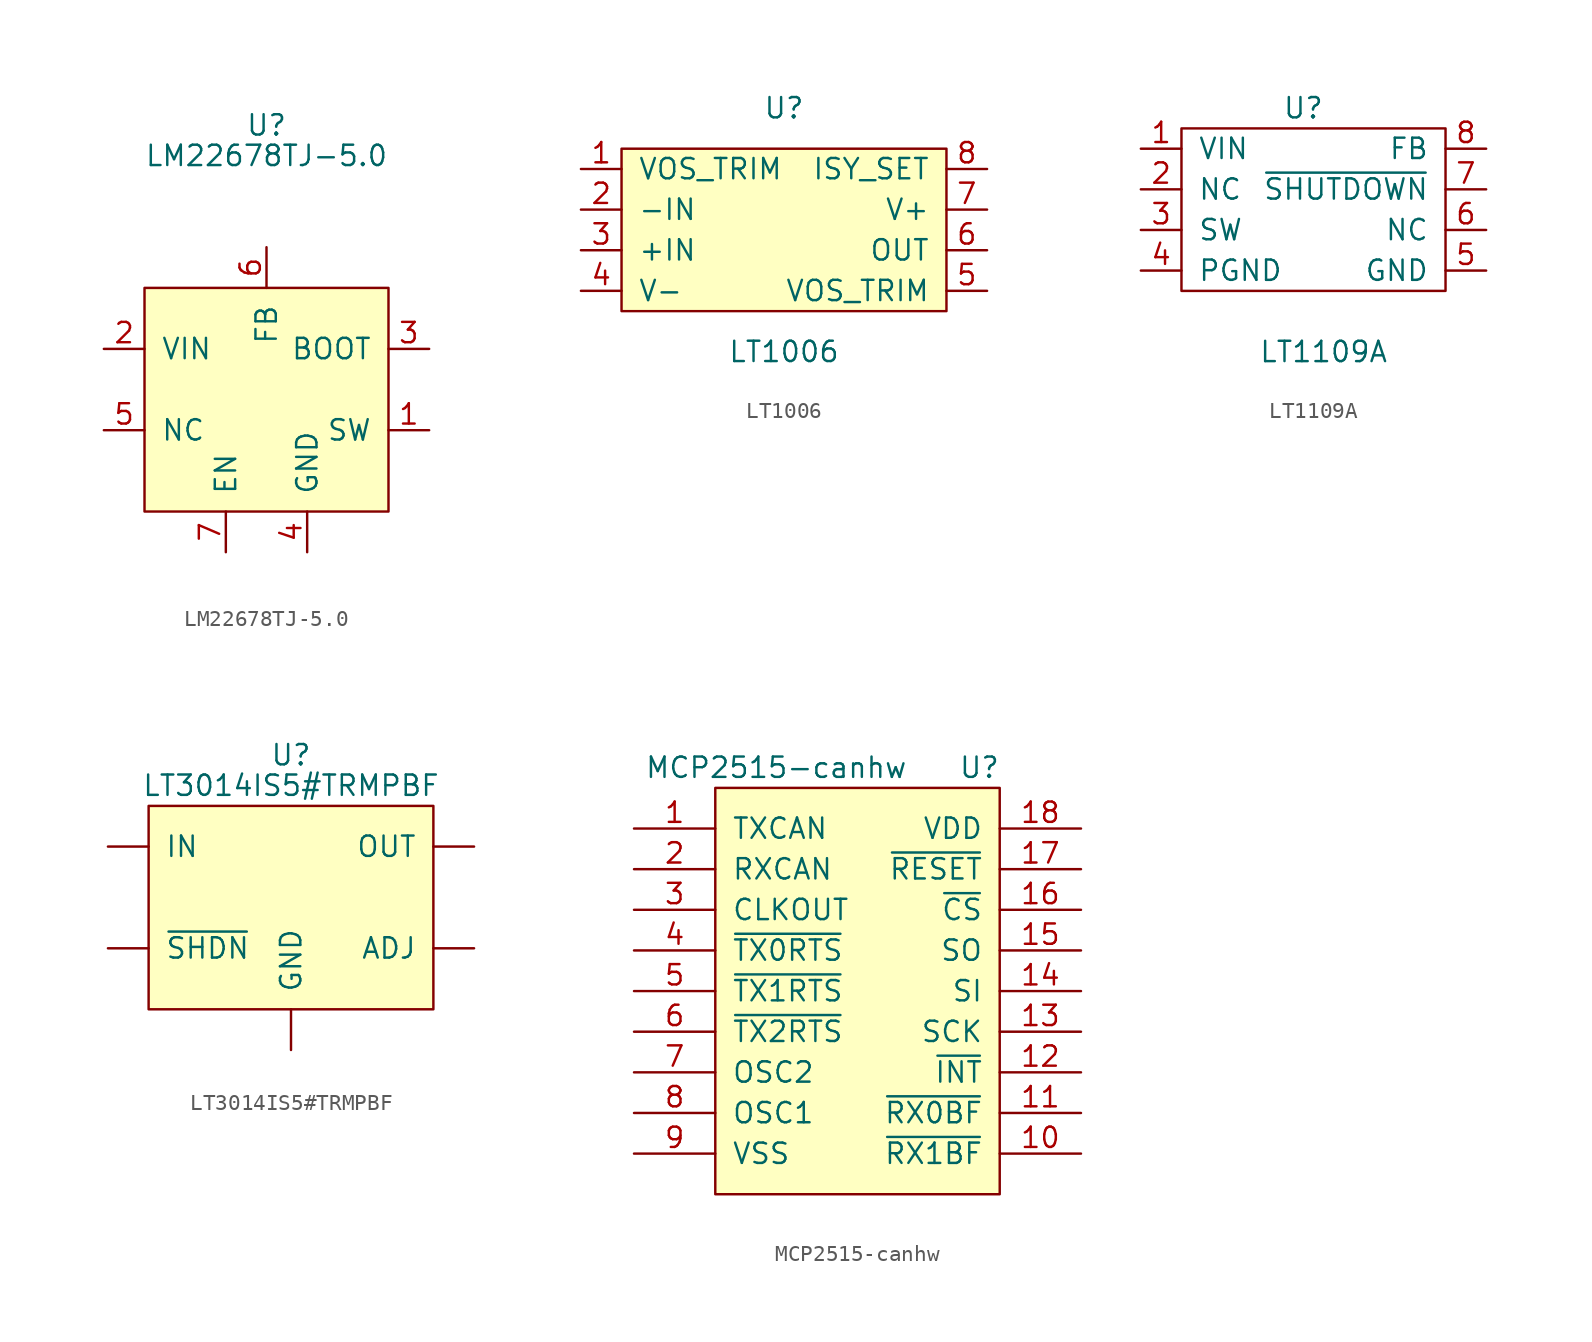
<source format=kicad_sym>
(kicad_symbol_lib
  (version 20211014)
  (generator kicad_symbol_editor)
  (symbol "LM22678TJ-5.0"
    (pin_names
      (offset 1.016))
    (property "Reference" "U"
      (at 0 17.78 0)
      (effects (font (size 1.27 1.27))))
    (property "Value" "LM22678TJ-5.0"
      (at 0 15.875 0)
      (effects (font (size 1.27 1.27))))
    (symbol "LM22678TJ-5.0_0_1"
      (rectangle (start -7.62 7.62) (end 7.62 -6.35) (stroke (width 0) (type default) (color 0 0 0 0)) (fill (type background))))
    (symbol "LM22678TJ-5.0_1_1"
      (pin input line (at 10.16 -1.27 180) (length 2.54) (name "SW" (effects (font (size 1.27 1.27)))) (number "1" (effects (font (size 1.27 1.27)))))
      (pin input line (at -10.16 3.81 0) (length 2.54) (name "VIN" (effects (font (size 1.27 1.27)))) (number "2" (effects (font (size 1.27 1.27)))))
      (pin input line (at 10.16 3.81 180) (length 2.54) (name "BOOT" (effects (font (size 1.27 1.27)))) (number "3" (effects (font (size 1.27 1.27)))))
      (pin input line (at 2.54 -8.89 90) (length 2.54) (name "GND" (effects (font (size 1.27 1.27)))) (number "4" (effects (font (size 1.27 1.27)))))
      (pin input line (at -10.16 -1.27 0) (length 2.54) (name "NC" (effects (font (size 1.27 1.27)))) (number "5" (effects (font (size 1.27 1.27)))))
      (pin input line (at 0 10.16 270) (length 2.54) (name "FB" (effects (font (size 1.27 1.27)))) (number "6" (effects (font (size 1.27 1.27)))))
      (pin input line (at -2.54 -8.89 90) (length 2.54) (name "EN" (effects (font (size 1.27 1.27)))) (number "7" (effects (font (size 1.27 1.27)))))))
  (symbol "LT1006"
    (pin_names
      (offset 1.016))
    (property "Reference" "U"
      (at 0 7.62 0)
      (effects (font (size 1.27 1.27))))
    (property "Value" "LT1006"
      (at 0 -7.62 0)
      (effects (font (size 1.27 1.27))))
    (symbol "LT1006_0_1"
      (rectangle (start -10.16 5.08) (end 10.16 -5.08) (stroke (width 0) (type default) (color 0 0 0 0)) (fill (type background))))
    (symbol "LT1006_1_1"
      (pin input line (at -12.7 3.81 0) (length 2.54) (name "VOS_TRIM" (effects (font (size 1.27 1.27)))) (number "1" (effects (font (size 1.27 1.27)))))
      (pin input line (at -12.7 1.27 0) (length 2.54) (name "-IN" (effects (font (size 1.27 1.27)))) (number "2" (effects (font (size 1.27 1.27)))))
      (pin input line (at -12.7 -1.27 0) (length 2.54) (name "+IN" (effects (font (size 1.27 1.27)))) (number "3" (effects (font (size 1.27 1.27)))))
      (pin input line (at -12.7 -3.81 0) (length 2.54) (name "V-" (effects (font (size 1.27 1.27)))) (number "4" (effects (font (size 1.27 1.27)))))
      (pin input line (at 12.7 -3.81 180) (length 2.54) (name "VOS_TRIM" (effects (font (size 1.27 1.27)))) (number "5" (effects (font (size 1.27 1.27)))))
      (pin input line (at 12.7 -1.27 180) (length 2.54) (name "OUT" (effects (font (size 1.27 1.27)))) (number "6" (effects (font (size 1.27 1.27)))))
      (pin input line (at 12.7 1.27 180) (length 2.54) (name "V+" (effects (font (size 1.27 1.27)))) (number "7" (effects (font (size 1.27 1.27)))))
      (pin input line (at 12.7 3.81 180) (length 2.54) (name "ISY_SET" (effects (font (size 1.27 1.27)))) (number "8" (effects (font (size 1.27 1.27)))))))
  (symbol "LT1109A"
    (pin_names
      (offset 1.016))
    (property "Reference" "U"
      (at -1.27 6.35 0)
      (effects (font (size 1.27 1.27))))
    (property "Value" "LT1109A"
      (at 0 -8.89 0)
      (effects (font (size 1.27 1.27))))
    (symbol "LT1109A_0_1"
      (rectangle (start -8.89 5.08) (end 7.62 -5.08) (stroke (width 0) (type default) (color 0 0 0 0)) (fill (type none))))
    (symbol "LT1109A_1_1"
      (pin input line (at -11.43 3.81 0) (length 2.54) (name "VIN" (effects (font (size 1.27 1.27)))) (number "1" (effects (font (size 1.27 1.27)))))
      (pin input line (at -11.43 1.27 0) (length 2.54) (name "NC" (effects (font (size 1.27 1.27)))) (number "2" (effects (font (size 1.27 1.27)))))
      (pin input line (at -11.43 -1.27 0) (length 2.54) (name "SW" (effects (font (size 1.27 1.27)))) (number "3" (effects (font (size 1.27 1.27)))))
      (pin input line (at -11.43 -3.81 0) (length 2.54) (name "PGND" (effects (font (size 1.27 1.27)))) (number "4" (effects (font (size 1.27 1.27)))))
      (pin input line (at 10.16 -3.81 180) (length 2.54) (name "GND" (effects (font (size 1.27 1.27)))) (number "5" (effects (font (size 1.27 1.27)))))
      (pin input line (at 10.16 -1.27 180) (length 2.54) (name "NC" (effects (font (size 1.27 1.27)))) (number "6" (effects (font (size 1.27 1.27)))))
      (pin input line (at 10.16 1.27 180) (length 2.54) (name "~{SHUTDOWN}" (effects (font (size 1.27 1.27)))) (number "7" (effects (font (size 1.27 1.27)))))
      (pin input line (at 10.16 3.81 180) (length 2.54) (name "FB" (effects (font (size 1.27 1.27)))) (number "8" (effects (font (size 1.27 1.27)))))))
  (symbol "LT3014IS5#TRMPBF"
    (pin_names
      (offset 1.016))
    (property "Reference" "U"
      (at 0 8.255 0)
      (effects (font (size 1.27 1.27))))
    (property "Value" "LT3014IS5#TRMPBF"
      (at 0 6.35 0)
      (effects (font (size 1.27 1.27))))
    (symbol "LT3014IS5#TRMPBF_0_1"
      (rectangle (start -8.89 5.08) (end 8.89 -7.62) (stroke (width 0) (type default) (color 0 0 0 0)) (fill (type background))))
    (symbol "LT3014IS5#TRMPBF_1_1"
      (pin input line (at 11.43 -3.81 180) (length 2.54) (name "ADJ" (effects (font (size 1.27 1.27)))) (number "~" (effects (font (size 1.27 1.27)))))
      (pin input line (at 0 -10.16 90) (length 2.54) (name "GND" (effects (font (size 1.27 1.27)))) (number "~" (effects (font (size 1.27 1.27)))))
      (pin input line (at -11.43 2.54 0) (length 2.54) (name "IN" (effects (font (size 1.27 1.27)))) (number "~" (effects (font (size 1.27 1.27)))))
      (pin input line (at 11.43 2.54 180) (length 2.54) (name "OUT" (effects (font (size 1.27 1.27)))) (number "~" (effects (font (size 1.27 1.27)))))
      (pin input line (at -11.43 -3.81 0) (length 2.54) (name "~{SHDN}" (effects (font (size 1.27 1.27)))) (number "~" (effects (font (size 1.27 1.27)))))))
  (symbol "MCP2515-canhw"
    (pin_names
      (offset 1.016))
    (property "Reference" "U"
      (at 7.62 8.89 0)
      (effects (font (size 1.27 1.27))))
    (property "Value" "MCP2515-canhw"
      (at -5.08 8.89 0)
      (effects (font (size 1.27 1.27))))
    (symbol "MCP2515-canhw_0_1"
      (rectangle (start -8.89 7.62) (end 8.89 -17.78) (stroke (width 0) (type default) (color 0 0 0 0)) (fill (type background))))
    (symbol "MCP2515-canhw_1_1"
      (pin bidirectional line (at -13.97 5.08 0) (length 5.08) (name "TXCAN" (effects (font (size 1.27 1.27)))) (number "1" (effects (font (size 1.27 1.27)))))
      (pin bidirectional line (at 13.97 -15.24 180) (length 5.08) (name "~{RX1BF}" (effects (font (size 1.27 1.27)))) (number "10" (effects (font (size 1.27 1.27)))))
      (pin bidirectional line (at 13.97 -12.7 180) (length 5.08) (name "~{RX0BF}" (effects (font (size 1.27 1.27)))) (number "11" (effects (font (size 1.27 1.27)))))
      (pin bidirectional line (at 13.97 -10.16 180) (length 5.08) (name "~{INT}" (effects (font (size 1.27 1.27)))) (number "12" (effects (font (size 1.27 1.27)))))
      (pin bidirectional line (at 13.97 -7.62 180) (length 5.08) (name "SCK" (effects (font (size 1.27 1.27)))) (number "13" (effects (font (size 1.27 1.27)))))
      (pin bidirectional line (at 13.97 -5.08 180) (length 5.08) (name "SI" (effects (font (size 1.27 1.27)))) (number "14" (effects (font (size 1.27 1.27)))))
      (pin bidirectional line (at 13.97 -2.54 180) (length 5.08) (name "SO" (effects (font (size 1.27 1.27)))) (number "15" (effects (font (size 1.27 1.27)))))
      (pin bidirectional line (at 13.97 0 180) (length 5.08) (name "~{CS}" (effects (font (size 1.27 1.27)))) (number "16" (effects (font (size 1.27 1.27)))))
      (pin bidirectional line (at 13.97 2.54 180) (length 5.08) (name "~{RESET}" (effects (font (size 1.27 1.27)))) (number "17" (effects (font (size 1.27 1.27)))))
      (pin power_in line (at 13.97 5.08 180) (length 5.08) (name "VDD" (effects (font (size 1.27 1.27)))) (number "18" (effects (font (size 1.27 1.27)))))
      (pin bidirectional line (at -13.97 2.54 0) (length 5.08) (name "RXCAN" (effects (font (size 1.27 1.27)))) (number "2" (effects (font (size 1.27 1.27)))))
      (pin bidirectional line (at -13.97 0 0) (length 5.08) (name "CLKOUT" (effects (font (size 1.27 1.27)))) (number "3" (effects (font (size 1.27 1.27)))))
      (pin bidirectional line (at -13.97 -2.54 0) (length 5.08) (name "~{TX0RTS}" (effects (font (size 1.27 1.27)))) (number "4" (effects (font (size 1.27 1.27)))))
      (pin bidirectional line (at -13.97 -5.08 0) (length 5.08) (name "~{TX1RTS}" (effects (font (size 1.27 1.27)))) (number "5" (effects (font (size 1.27 1.27)))))
      (pin bidirectional line (at -13.97 -7.62 0) (length 5.08) (name "~{TX2RTS}" (effects (font (size 1.27 1.27)))) (number "6" (effects (font (size 1.27 1.27)))))
      (pin bidirectional line (at -13.97 -10.16 0) (length 5.08) (name "OSC2" (effects (font (size 1.27 1.27)))) (number "7" (effects (font (size 1.27 1.27)))))
      (pin bidirectional line (at -13.97 -12.7 0) (length 5.08) (name "OSC1" (effects (font (size 1.27 1.27)))) (number "8" (effects (font (size 1.27 1.27)))))
      (pin power_in line (at -13.97 -15.24 0) (length 5.08) (name "VSS" (effects (font (size 1.27 1.27)))) (number "9" (effects (font (size 1.27 1.27))))))))
</source>
